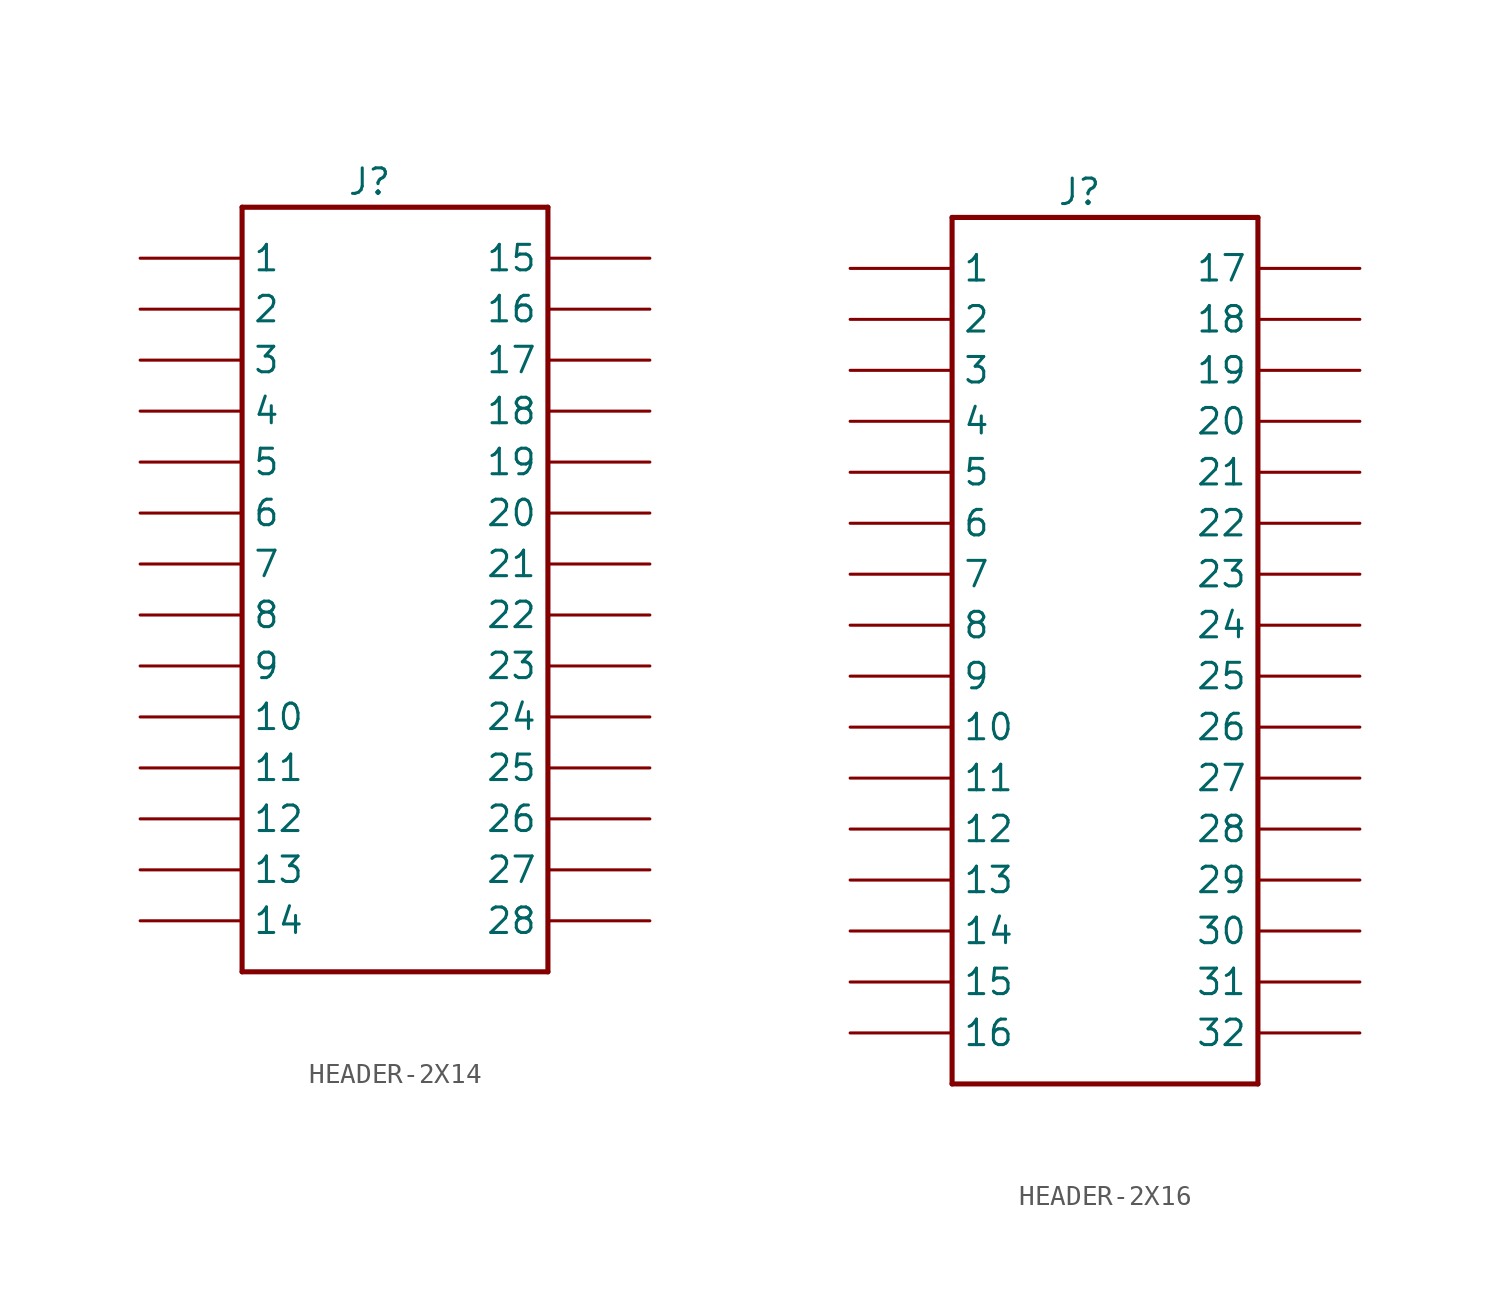
<source format=kicad_sym>
(kicad_symbol_lib
  (version 20220914)
  (generator kicad_symbol_editor)
  (symbol "HEADER-2X14"
    (pin_numbers hide)
    (property "Reference" "J"
      (at 0 20.32 0)
      (effects (font (size 1.27 1.27))))
    (symbol "HEADER-2X14_1_0"
      (polyline (pts (xy -6.35 -19.05) (xy -6.35 19.05)) (stroke (width 0.254) (type solid)) (fill (type none)))
      (polyline (pts (xy -6.35 19.05) (xy 8.89 19.05)) (stroke (width 0.254) (type solid)) (fill (type none)))
      (polyline (pts (xy 8.89 -19.05) (xy -6.35 -19.05)) (stroke (width 0.254) (type solid)) (fill (type none)))
      (polyline (pts (xy 8.89 19.05) (xy 8.89 -19.05)) (stroke (width 0.254) (type solid)) (fill (type none)))
      (pin bidirectional line (at -11.43 16.51 0) (length 5.08) (name "1" (effects (font (size 1.27 1.27)))) (number "1" (effects (font (size 1.27 1.27)))))
      (pin bidirectional line (at -11.43 -6.35 0) (length 5.08) (name "10" (effects (font (size 1.27 1.27)))) (number "10" (effects (font (size 1.27 1.27)))))
      (pin bidirectional line (at -11.43 -8.89 0) (length 5.08) (name "11" (effects (font (size 1.27 1.27)))) (number "11" (effects (font (size 1.27 1.27)))))
      (pin bidirectional line (at -11.43 -11.43 0) (length 5.08) (name "12" (effects (font (size 1.27 1.27)))) (number "12" (effects (font (size 1.27 1.27)))))
      (pin bidirectional line (at -11.43 -13.97 0) (length 5.08) (name "13" (effects (font (size 1.27 1.27)))) (number "13" (effects (font (size 1.27 1.27)))))
      (pin bidirectional line (at -11.43 -16.51 0) (length 5.08) (name "14" (effects (font (size 1.27 1.27)))) (number "14" (effects (font (size 1.27 1.27)))))
      (pin bidirectional line (at 13.97 16.51 180) (length 5.08) (name "15" (effects (font (size 1.27 1.27)))) (number "15" (effects (font (size 1.27 1.27)))))
      (pin bidirectional line (at 13.97 13.97 180) (length 5.08) (name "16" (effects (font (size 1.27 1.27)))) (number "16" (effects (font (size 1.27 1.27)))))
      (pin bidirectional line (at 13.97 11.43 180) (length 5.08) (name "17" (effects (font (size 1.27 1.27)))) (number "17" (effects (font (size 1.27 1.27)))))
      (pin bidirectional line (at 13.97 8.89 180) (length 5.08) (name "18" (effects (font (size 1.27 1.27)))) (number "18" (effects (font (size 1.27 1.27)))))
      (pin bidirectional line (at 13.97 6.35 180) (length 5.08) (name "19" (effects (font (size 1.27 1.27)))) (number "19" (effects (font (size 1.27 1.27)))))
      (pin bidirectional line (at -11.43 13.97 0) (length 5.08) (name "2" (effects (font (size 1.27 1.27)))) (number "2" (effects (font (size 1.27 1.27)))))
      (pin bidirectional line (at 13.97 3.81 180) (length 5.08) (name "20" (effects (font (size 1.27 1.27)))) (number "20" (effects (font (size 1.27 1.27)))))
      (pin bidirectional line (at 13.97 1.27 180) (length 5.08) (name "21" (effects (font (size 1.27 1.27)))) (number "21" (effects (font (size 1.27 1.27)))))
      (pin bidirectional line (at 13.97 -1.27 180) (length 5.08) (name "22" (effects (font (size 1.27 1.27)))) (number "22" (effects (font (size 1.27 1.27)))))
      (pin bidirectional line (at 13.97 -3.81 180) (length 5.08) (name "23" (effects (font (size 1.27 1.27)))) (number "23" (effects (font (size 1.27 1.27)))))
      (pin bidirectional line (at 13.97 -6.35 180) (length 5.08) (name "24" (effects (font (size 1.27 1.27)))) (number "24" (effects (font (size 1.27 1.27)))))
      (pin bidirectional line (at 13.97 -8.89 180) (length 5.08) (name "25" (effects (font (size 1.27 1.27)))) (number "25" (effects (font (size 1.27 1.27)))))
      (pin bidirectional line (at 13.97 -11.43 180) (length 5.08) (name "26" (effects (font (size 1.27 1.27)))) (number "26" (effects (font (size 1.27 1.27)))))
      (pin bidirectional line (at 13.97 -13.97 180) (length 5.08) (name "27" (effects (font (size 1.27 1.27)))) (number "27" (effects (font (size 1.27 1.27)))))
      (pin bidirectional line (at 13.97 -16.51 180) (length 5.08) (name "28" (effects (font (size 1.27 1.27)))) (number "28" (effects (font (size 1.27 1.27)))))
      (pin bidirectional line (at -11.43 11.43 0) (length 5.08) (name "3" (effects (font (size 1.27 1.27)))) (number "3" (effects (font (size 1.27 1.27)))))
      (pin bidirectional line (at -11.43 8.89 0) (length 5.08) (name "4" (effects (font (size 1.27 1.27)))) (number "4" (effects (font (size 1.27 1.27)))))
      (pin bidirectional line (at -11.43 6.35 0) (length 5.08) (name "5" (effects (font (size 1.27 1.27)))) (number "5" (effects (font (size 1.27 1.27)))))
      (pin bidirectional line (at -11.43 3.81 0) (length 5.08) (name "6" (effects (font (size 1.27 1.27)))) (number "6" (effects (font (size 1.27 1.27)))))
      (pin bidirectional line (at -11.43 1.27 0) (length 5.08) (name "7" (effects (font (size 1.27 1.27)))) (number "7" (effects (font (size 1.27 1.27)))))
      (pin bidirectional line (at -11.43 -1.27 0) (length 5.08) (name "8" (effects (font (size 1.27 1.27)))) (number "8" (effects (font (size 1.27 1.27)))))
      (pin bidirectional line (at -11.43 -3.81 0) (length 5.08) (name "9" (effects (font (size 1.27 1.27)))) (number "9" (effects (font (size 1.27 1.27)))))))
  (symbol "HEADER-2X16"
    (pin_numbers hide)
    (property "Reference" "J"
      (at 0 20.32 0)
      (effects (font (size 1.27 1.27))))
    (symbol "HEADER-2X16_1_0"
      (polyline (pts (xy -6.35 -24.13) (xy -6.35 19.05)) (stroke (width 0.254) (type solid)) (fill (type none)))
      (polyline (pts (xy -6.35 19.05) (xy 8.89 19.05)) (stroke (width 0.254) (type solid)) (fill (type none)))
      (polyline (pts (xy 8.89 -24.13) (xy -6.35 -24.13)) (stroke (width 0.254) (type solid)) (fill (type none)))
      (polyline (pts (xy 8.89 19.05) (xy 8.89 -24.13)) (stroke (width 0.254) (type solid)) (fill (type none)))
      (pin bidirectional line (at -11.43 16.51 0) (length 5.08) (name "1" (effects (font (size 1.27 1.27)))) (number "1" (effects (font (size 1.27 1.27)))))
      (pin bidirectional line (at -11.43 -6.35 0) (length 5.08) (name "10" (effects (font (size 1.27 1.27)))) (number "10" (effects (font (size 1.27 1.27)))))
      (pin bidirectional line (at -11.43 -8.89 0) (length 5.08) (name "11" (effects (font (size 1.27 1.27)))) (number "11" (effects (font (size 1.27 1.27)))))
      (pin bidirectional line (at -11.43 -11.43 0) (length 5.08) (name "12" (effects (font (size 1.27 1.27)))) (number "12" (effects (font (size 1.27 1.27)))))
      (pin bidirectional line (at -11.43 -13.97 0) (length 5.08) (name "13" (effects (font (size 1.27 1.27)))) (number "13" (effects (font (size 1.27 1.27)))))
      (pin bidirectional line (at -11.43 -16.51 0) (length 5.08) (name "14" (effects (font (size 1.27 1.27)))) (number "14" (effects (font (size 1.27 1.27)))))
      (pin bidirectional line (at -11.43 -19.05 0) (length 5.08) (name "15" (effects (font (size 1.27 1.27)))) (number "15" (effects (font (size 1.27 1.27)))))
      (pin bidirectional line (at -11.43 -21.59 0) (length 5.08) (name "16" (effects (font (size 1.27 1.27)))) (number "16" (effects (font (size 1.27 1.27)))))
      (pin bidirectional line (at 13.97 16.51 180) (length 5.08) (name "17" (effects (font (size 1.27 1.27)))) (number "17" (effects (font (size 1.27 1.27)))))
      (pin bidirectional line (at 13.97 13.97 180) (length 5.08) (name "18" (effects (font (size 1.27 1.27)))) (number "18" (effects (font (size 1.27 1.27)))))
      (pin bidirectional line (at 13.97 11.43 180) (length 5.08) (name "19" (effects (font (size 1.27 1.27)))) (number "19" (effects (font (size 1.27 1.27)))))
      (pin bidirectional line (at -11.43 13.97 0) (length 5.08) (name "2" (effects (font (size 1.27 1.27)))) (number "2" (effects (font (size 1.27 1.27)))))
      (pin bidirectional line (at 13.97 8.89 180) (length 5.08) (name "20" (effects (font (size 1.27 1.27)))) (number "20" (effects (font (size 1.27 1.27)))))
      (pin bidirectional line (at 13.97 6.35 180) (length 5.08) (name "21" (effects (font (size 1.27 1.27)))) (number "21" (effects (font (size 1.27 1.27)))))
      (pin bidirectional line (at 13.97 3.81 180) (length 5.08) (name "22" (effects (font (size 1.27 1.27)))) (number "22" (effects (font (size 1.27 1.27)))))
      (pin bidirectional line (at 13.97 1.27 180) (length 5.08) (name "23" (effects (font (size 1.27 1.27)))) (number "23" (effects (font (size 1.27 1.27)))))
      (pin bidirectional line (at 13.97 -1.27 180) (length 5.08) (name "24" (effects (font (size 1.27 1.27)))) (number "24" (effects (font (size 1.27 1.27)))))
      (pin bidirectional line (at 13.97 -3.81 180) (length 5.08) (name "25" (effects (font (size 1.27 1.27)))) (number "25" (effects (font (size 1.27 1.27)))))
      (pin bidirectional line (at 13.97 -6.35 180) (length 5.08) (name "26" (effects (font (size 1.27 1.27)))) (number "26" (effects (font (size 1.27 1.27)))))
      (pin bidirectional line (at 13.97 -8.89 180) (length 5.08) (name "27" (effects (font (size 1.27 1.27)))) (number "27" (effects (font (size 1.27 1.27)))))
      (pin bidirectional line (at 13.97 -11.43 180) (length 5.08) (name "28" (effects (font (size 1.27 1.27)))) (number "28" (effects (font (size 1.27 1.27)))))
      (pin bidirectional line (at 13.97 -13.97 180) (length 5.08) (name "29" (effects (font (size 1.27 1.27)))) (number "29" (effects (font (size 1.27 1.27)))))
      (pin bidirectional line (at -11.43 11.43 0) (length 5.08) (name "3" (effects (font (size 1.27 1.27)))) (number "3" (effects (font (size 1.27 1.27)))))
      (pin bidirectional line (at 13.97 -16.51 180) (length 5.08) (name "30" (effects (font (size 1.27 1.27)))) (number "30" (effects (font (size 1.27 1.27)))))
      (pin bidirectional line (at 13.97 -19.05 180) (length 5.08) (name "31" (effects (font (size 1.27 1.27)))) (number "31" (effects (font (size 1.27 1.27)))))
      (pin bidirectional line (at 13.97 -21.59 180) (length 5.08) (name "32" (effects (font (size 1.27 1.27)))) (number "32" (effects (font (size 1.27 1.27)))))
      (pin bidirectional line (at -11.43 8.89 0) (length 5.08) (name "4" (effects (font (size 1.27 1.27)))) (number "4" (effects (font (size 1.27 1.27)))))
      (pin bidirectional line (at -11.43 6.35 0) (length 5.08) (name "5" (effects (font (size 1.27 1.27)))) (number "5" (effects (font (size 1.27 1.27)))))
      (pin bidirectional line (at -11.43 3.81 0) (length 5.08) (name "6" (effects (font (size 1.27 1.27)))) (number "6" (effects (font (size 1.27 1.27)))))
      (pin bidirectional line (at -11.43 1.27 0) (length 5.08) (name "7" (effects (font (size 1.27 1.27)))) (number "7" (effects (font (size 1.27 1.27)))))
      (pin bidirectional line (at -11.43 -1.27 0) (length 5.08) (name "8" (effects (font (size 1.27 1.27)))) (number "8" (effects (font (size 1.27 1.27)))))
      (pin bidirectional line (at -11.43 -3.81 0) (length 5.08) (name "9" (effects (font (size 1.27 1.27)))) (number "9" (effects (font (size 1.27 1.27))))))))
</source>
